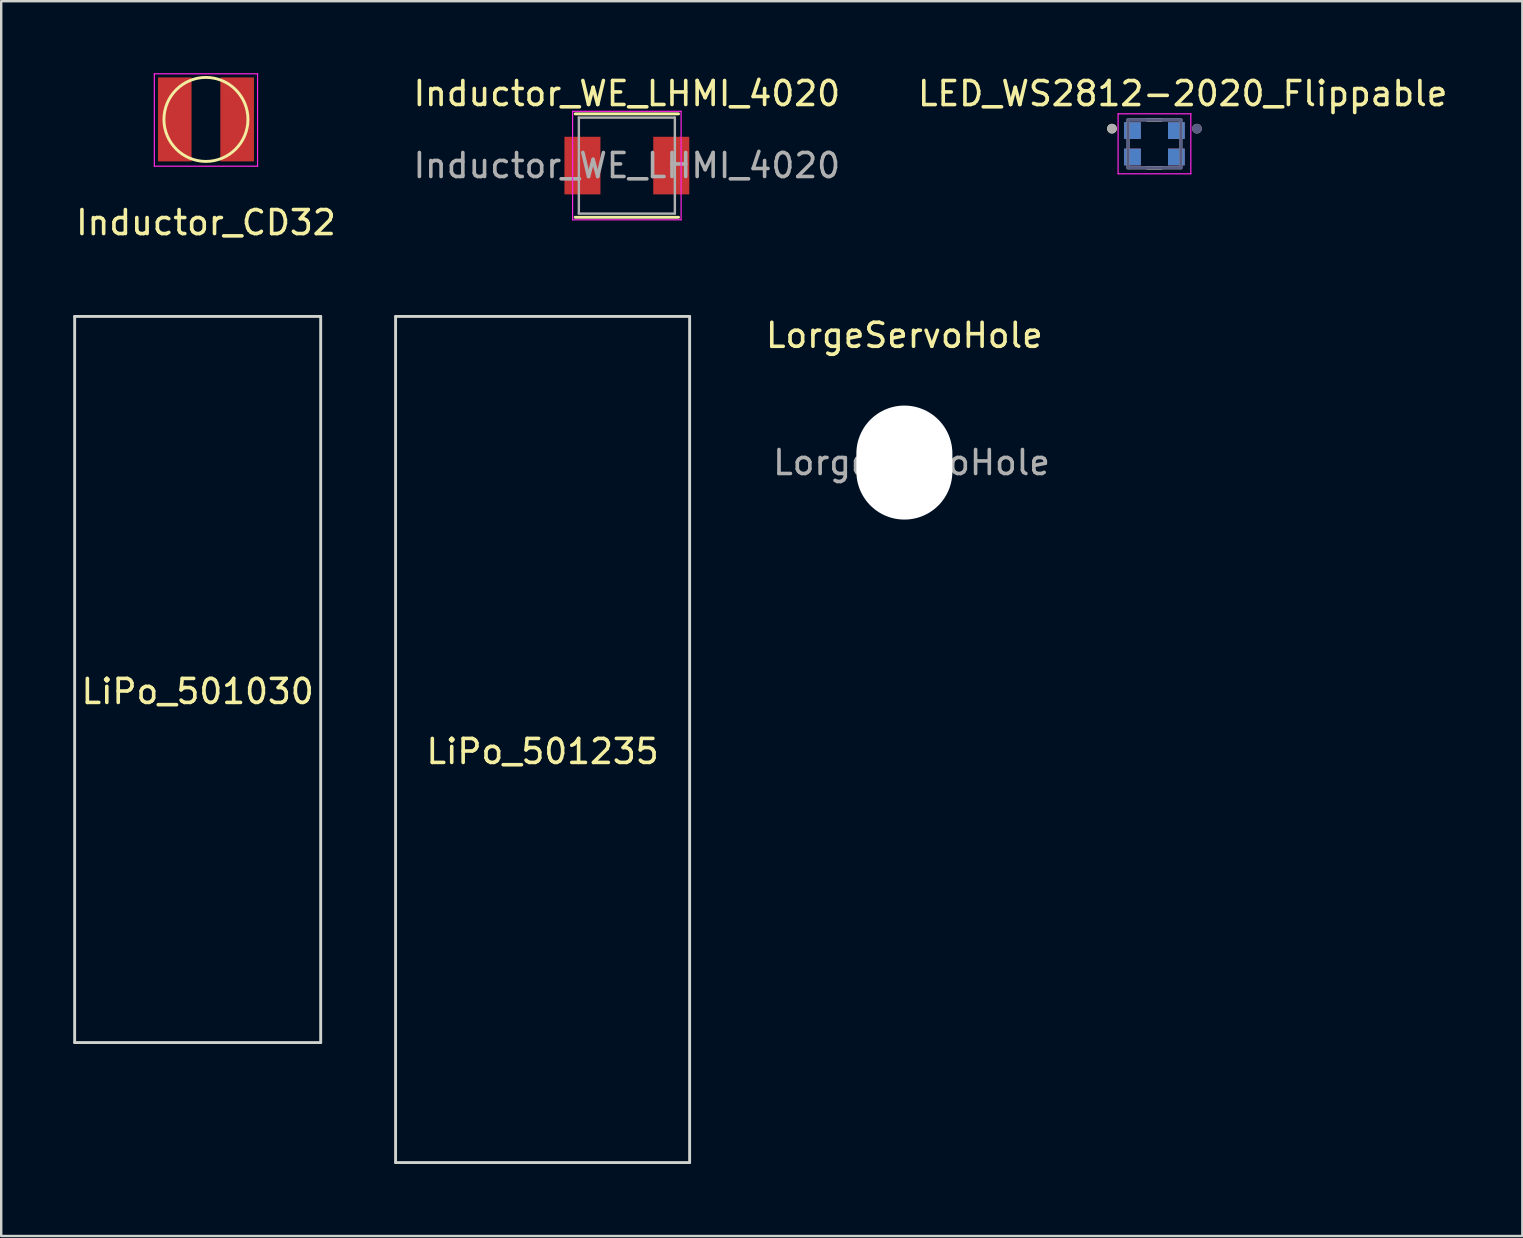
<source format=kicad_pcb>
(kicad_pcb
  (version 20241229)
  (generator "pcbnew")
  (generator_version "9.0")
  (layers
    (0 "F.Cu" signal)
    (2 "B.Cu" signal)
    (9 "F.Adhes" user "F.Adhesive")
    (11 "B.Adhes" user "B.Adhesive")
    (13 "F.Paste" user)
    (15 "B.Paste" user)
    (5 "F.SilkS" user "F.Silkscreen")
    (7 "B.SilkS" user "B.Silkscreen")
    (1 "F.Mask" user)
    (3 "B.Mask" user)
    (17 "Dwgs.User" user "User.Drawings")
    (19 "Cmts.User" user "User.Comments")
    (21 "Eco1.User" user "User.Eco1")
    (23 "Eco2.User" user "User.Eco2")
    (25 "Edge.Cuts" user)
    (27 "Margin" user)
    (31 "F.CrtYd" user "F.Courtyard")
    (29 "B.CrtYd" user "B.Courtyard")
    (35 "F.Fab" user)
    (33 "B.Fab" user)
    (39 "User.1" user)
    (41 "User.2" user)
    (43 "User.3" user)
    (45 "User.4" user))
  (footprint "Inductor_WE_LHMI_4020"
    (layer "F.Cu")
    (at 23.065 3.848)
    (property "Reference" "Inductor_WE_LHMI_4020" (at 0 -3 0) (layer "F.SilkS") (effects (font (size 1 1) (thickness 0.15))))
    (attr smd)
    (fp_line (start -2.154 -2.154) (end 2.154 -2.154) (stroke (width 0.12) (type solid)) (layer "F.SilkS"))
    (fp_line (start 2.154 2.154) (end -2.154 2.154) (stroke (width 0.12) (type solid)) (layer "F.SilkS"))
    (fp_line (start -2.26 -2.26) (end 2.26 -2.26) (stroke (width 0.05) (type solid)) (layer "F.CrtYd"))
    (fp_line (start -2.26 2.26) (end -2.26 -2.26) (stroke (width 0.05) (type solid)) (layer "F.CrtYd"))
    (fp_line (start 2.26 -2.26) (end 2.26 2.26) (stroke (width 0.05) (type solid)) (layer "F.CrtYd"))
    (fp_line (start 2.26 2.26) (end -2.26 2.26) (stroke (width 0.05) (type solid)) (layer "F.CrtYd"))
    (fp_line (start -2 -2) (end 2 -2) (stroke (width 0.1) (type solid)) (layer "F.Fab"))
    (fp_line (start -2 2) (end -2 -2) (stroke (width 0.1) (type solid)) (layer "F.Fab"))
    (fp_line (start 2 -2) (end 2 2) (stroke (width 0.1) (type solid)) (layer "F.Fab"))
    (fp_line (start 2 2) (end -2 2) (stroke (width 0.1) (type solid)) (layer "F.Fab"))
    (fp_text user "${REFERENCE}" (at 0 0 0) (layer "F.Fab") (effects (font (size 1 1) (thickness 0.15))))
    (pad "1" smd rect (at -1.85 0 180) (size 1.5 2.4) (layers "F.Cu" "F.Mask" "F.Paste"))
    (pad "2" smd rect (at 1.85 0) (size 1.5 2.4) (layers "F.Cu" "F.Mask" "F.Paste")))
  (footprint "LorgeServoHole"
    (layer "F.Cu")
    (at 34.627 16.221)
    (property "Reference" "LorgeServoHole" (at 0 -5.3 0) (layer "F.SilkS") (effects (font (size 1 1) (thickness 0.15))))
    (attr exclude_from_pos_files exclude_from_bom)
    (fp_text user "${REFERENCE}" (at 0.3 0 0) (layer "F.Fab") (effects (font (size 1 1) (thickness 0.15))))
    (pad "" np_thru_hole oval (at 0 0) (size 4 4.75) (drill oval 4 4.75) (layers "*.Cu" "*.Mask")))
  (footprint "Inductor_CD32"
    (layer "F.Cu")
    (at 5.53 1.925)
    (property "Reference" "Inductor_CD32" (at 0 4.3 0) (layer "F.SilkS") (effects (font (size 1 1) (thickness 0.15))))
    (attr through_hole)
    (fp_circle (center 0 0) (end 1.75 0) (stroke (width 0.12) (type solid)) (fill no) (layer "F.SilkS"))
    (fp_line (start -2.15 -1.9) (end 2.15 -1.9) (stroke (width 0.05) (type solid)) (layer "F.CrtYd"))
    (fp_line (start -2.15 1.95) (end -2.15 -1.9) (stroke (width 0.05) (type solid)) (layer "F.CrtYd"))
    (fp_line (start 2.15 -1.9) (end 2.15 1.95) (stroke (width 0.05) (type solid)) (layer "F.CrtYd"))
    (fp_line (start 2.15 1.95) (end -2.15 1.95) (stroke (width 0.05) (type solid)) (layer "F.CrtYd"))
    (pad "1" smd rect (at -1.3 0) (size 1.4 3.5) (layers "F.Cu" "F.Mask" "F.Paste"))
    (pad "2" smd rect (at 1.3 0 180) (size 1.4 3.5) (layers "F.Cu" "F.Mask" "F.Paste")))
  (footprint "LED_WS2812-2020_Flippable"
    (layer "F.Cu")
    (at 45.045 2.94)
    (property "Reference" "LED_WS2812-2020_Flippable" (at 1.177 -2.091 0) (layer "F.SilkS") (effects (font (size 1 1) (thickness 0.15))))
    (attr through_hole)
    (fp_line (start -0.3 -1) (end 0.3 -1) (stroke (width 0.127) (type solid)) (layer "F.SilkS"))
    (fp_line (start -0.3 1) (end 0.3 1) (stroke (width 0.127) (type solid)) (layer "F.SilkS"))
    (fp_circle (center -1.77 -0.63) (end -1.667 -0.63) (stroke (width 0.2) (type solid)) (fill no) (layer "F.SilkS"))
    (fp_line (start 0.3 -1) (end -0.3 -1) (stroke (width 0.127) (type solid)) (layer "B.SilkS"))
    (fp_line (start 0.3 1) (end -0.3 1) (stroke (width 0.127) (type solid)) (layer "B.SilkS"))
    (fp_circle (center 1.77 -0.63) (end 1.667 -0.63) (stroke (width 0.2) (type solid)) (fill no) (layer "B.SilkS"))
    (fp_line (start -1.515 -1.25) (end -1.515 1.25) (stroke (width 0.05) (type solid)) (layer "F.CrtYd"))
    (fp_line (start -1.515 1.25) (end 1.515 1.25) (stroke (width 0.05) (type solid)) (layer "F.CrtYd"))
    (fp_line (start 1.515 -1.25) (end -1.515 -1.25) (stroke (width 0.05) (type solid)) (layer "F.CrtYd"))
    (fp_line (start 1.515 1.25) (end 1.515 -1.25) (stroke (width 0.05) (type solid)) (layer "F.CrtYd"))
    (fp_line (start -1.1 -1) (end -1.1 1) (stroke (width 0.127) (type solid)) (layer "B.Fab"))
    (fp_line (start -1.1 1) (end 1.1 1) (stroke (width 0.127) (type solid)) (layer "B.Fab"))
    (fp_line (start 1.1 -1) (end -1.1 -1) (stroke (width 0.127) (type solid)) (layer "B.Fab"))
    (fp_line (start 1.1 1) (end 1.1 -1) (stroke (width 0.127) (type solid)) (layer "B.Fab"))
    (fp_circle (center 1.77 -0.63) (end 1.667 -0.63) (stroke (width 0.2) (type solid)) (fill no) (layer "B.Fab"))
    (fp_line (start -1.1 -1) (end 1.1 -1) (stroke (width 0.127) (type solid)) (layer "F.Fab"))
    (fp_line (start -1.1 1) (end -1.1 -1) (stroke (width 0.127) (type solid)) (layer "F.Fab"))
    (fp_line (start 1.1 -1) (end 1.1 1) (stroke (width 0.127) (type solid)) (layer "F.Fab"))
    (fp_line (start 1.1 1) (end -1.1 1) (stroke (width 0.127) (type solid)) (layer "F.Fab"))
    (fp_circle (center -1.77 -0.63) (end -1.667 -0.63) (stroke (width 0.2) (type solid)) (fill no) (layer "F.Fab"))
    (pad "1" smd rect (at -0.915 -0.55) (size 0.7 0.7) (layers "F.Cu" "F.Mask" "F.Paste"))
    (pad "1" smd rect (at 0.915 -0.55) (size 0.7 0.7) (layers "B.Cu" "B.Mask" "B.Paste"))
    (pad "2" smd rect (at -0.915 0.55) (size 0.7 0.7) (layers "F.Cu" "F.Mask" "F.Paste"))
    (pad "2" smd rect (at 0.915 0.55) (size 0.7 0.7) (layers "B.Cu" "B.Mask" "B.Paste"))
    (pad "3" smd rect (at -0.915 0.55 180) (size 0.7 0.7) (layers "B.Cu" "B.Mask" "B.Paste"))
    (pad "3" smd rect (at 0.915 0.55 180) (size 0.7 0.7) (layers "F.Cu" "F.Mask" "F.Paste"))
    (pad "4" smd rect (at -0.915 -0.55 180) (size 0.7 0.7) (layers "B.Cu" "B.Mask" "B.Paste"))
    (pad "4" smd rect (at 0.915 -0.55 180) (size 0.7 0.7) (layers "F.Cu" "F.Mask" "F.Paste")))
  (footprint "LiPo_501030"
    (layer "F.Cu")
    (at 5.185 25.258)
    (property "Reference" "LiPo_501030" (at 0 0.5 0) (layer "F.SilkS") (effects (font (size 1 1) (thickness 0.15))))
    (attr through_hole)
    (fp_line (start -5.125 -15.125) (end -5.125 15.125) (stroke (width 0.12) (type solid)) (layer "Edge.Cuts"))
    (fp_line (start -5.125 15.125) (end 5.125 15.125) (stroke (width 0.12) (type solid)) (layer "Edge.Cuts"))
    (fp_line (start 5.125 -15.125) (end -5.125 -15.125) (stroke (width 0.12) (type solid)) (layer "Edge.Cuts"))
    (fp_line (start 5.125 15.125) (end 5.125 -15.125) (stroke (width 0.12) (type solid)) (layer "Edge.Cuts")))
  (footprint "LiPo_501235"
    (layer "F.Cu")
    (at 19.555 27.758)
    (property "Reference" "LiPo_501235" (at 0 0.5 0) (layer "F.SilkS") (effects (font (size 1 1) (thickness 0.15))))
    (attr through_hole)
    (fp_line (start -6.125 -17.625) (end -6.125 17.625) (stroke (width 0.12) (type solid)) (layer "Edge.Cuts"))
    (fp_line (start -6.125 17.625) (end 6.125 17.625) (stroke (width 0.12) (type solid)) (layer "Edge.Cuts"))
    (fp_line (start 6.125 -17.625) (end -6.125 -17.625) (stroke (width 0.12) (type solid)) (layer "Edge.Cuts"))
    (fp_line (start 6.125 17.625) (end 6.125 -17.625) (stroke (width 0.12) (type solid)) (layer "Edge.Cuts")))
  (gr_rect
    (start -3 -3)
    (end 60.371 48.443)
    (stroke (width 0.1) (type default))
    (fill no)
    (layer "Edge.Cuts")))
</source>
